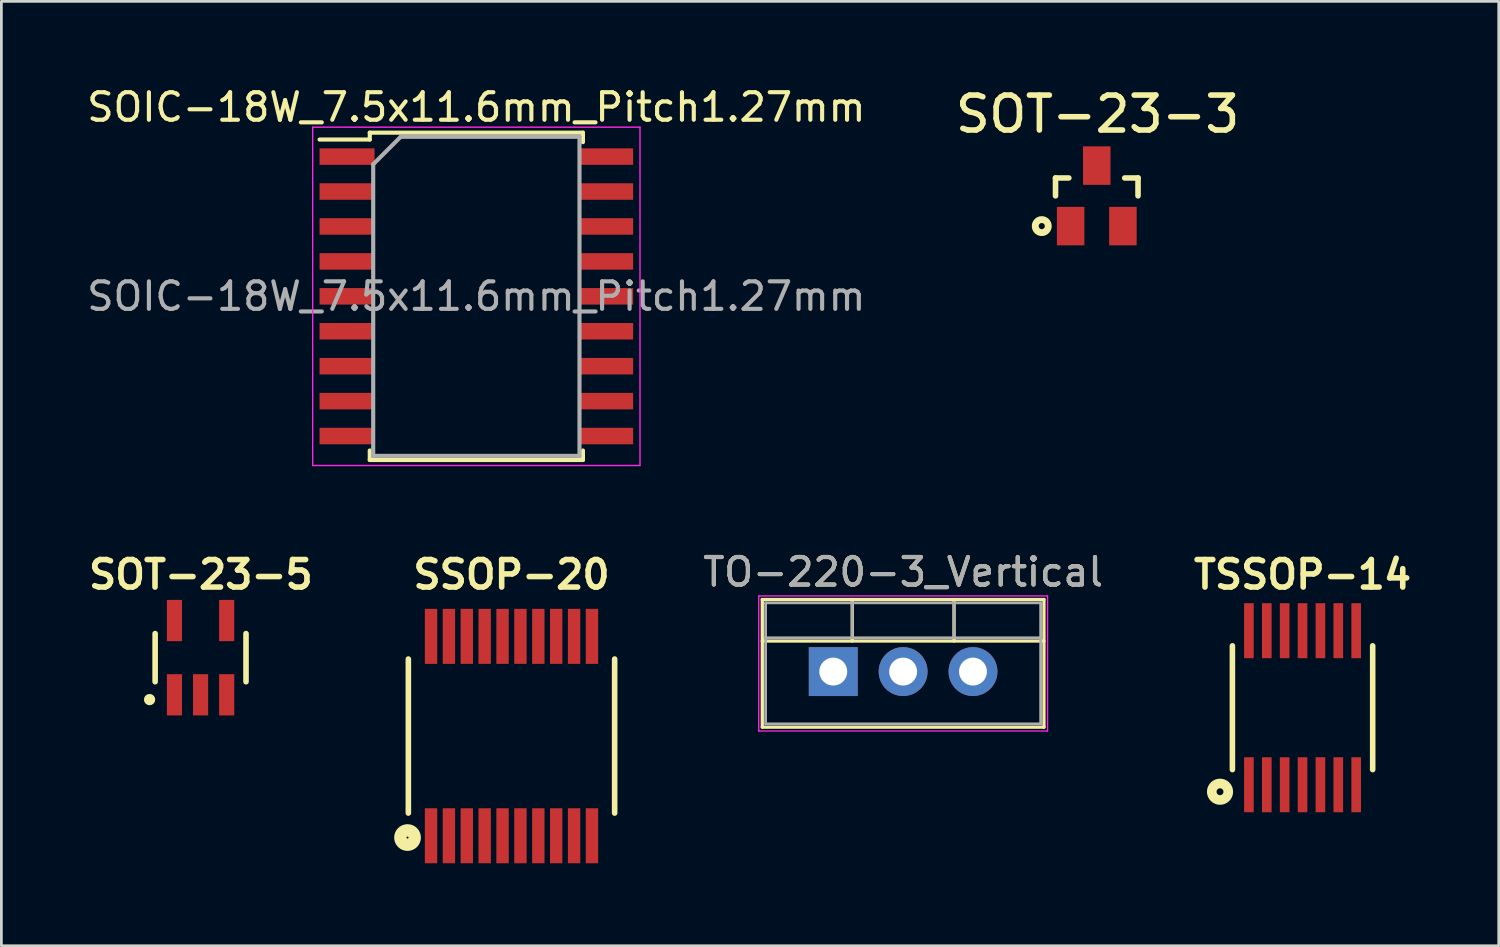
<source format=kicad_pcb>
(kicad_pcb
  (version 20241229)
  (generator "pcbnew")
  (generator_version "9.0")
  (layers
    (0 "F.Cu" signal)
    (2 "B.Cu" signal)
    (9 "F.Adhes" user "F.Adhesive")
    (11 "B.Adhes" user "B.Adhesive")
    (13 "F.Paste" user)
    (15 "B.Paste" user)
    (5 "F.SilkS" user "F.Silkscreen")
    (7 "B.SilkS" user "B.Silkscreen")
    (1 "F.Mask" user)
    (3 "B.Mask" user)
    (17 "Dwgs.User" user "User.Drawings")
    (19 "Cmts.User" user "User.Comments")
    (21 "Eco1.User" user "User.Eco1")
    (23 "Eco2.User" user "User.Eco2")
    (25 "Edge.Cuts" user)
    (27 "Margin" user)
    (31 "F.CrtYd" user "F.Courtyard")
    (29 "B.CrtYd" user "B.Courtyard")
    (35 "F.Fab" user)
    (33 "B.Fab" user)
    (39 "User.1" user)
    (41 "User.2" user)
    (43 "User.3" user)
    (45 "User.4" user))
  (footprint "SSOP-20"
    (layer "F.Cu")
    (at 15.546 23.71)
    (property "Reference" "SSOP-20" (at 0 -5.87 0) (layer "F.SilkS") (effects (font (size 1 1) (thickness 0.203))))
    (attr through_hole)
    (fp_line (start -3.75 -2.8) (end -3.75 2.8) (stroke (width 0.203) (type solid)) (layer "F.SilkS"))
    (fp_line (start 3.75 -2.8) (end 3.75 2.8) (stroke (width 0.203) (type solid)) (layer "F.SilkS"))
    (fp_circle (center -3.78 3.69) (end -3.76 3.66) (stroke (width 0.45) (type solid)) (fill no) (layer "F.SilkS"))
    (pad "1" smd rect (at -2.925 3.625) (size 0.45 2) (layers "F.Cu" "F.Mask" "F.Paste"))
    (pad "2" smd rect (at -2.275 3.625) (size 0.45 2) (layers "F.Cu" "F.Mask" "F.Paste"))
    (pad "3" smd rect (at -1.625 3.625) (size 0.45 2) (layers "F.Cu" "F.Mask" "F.Paste"))
    (pad "4" smd rect (at -0.975 3.625) (size 0.45 2) (layers "F.Cu" "F.Mask" "F.Paste"))
    (pad "5" smd rect (at -0.325 3.625) (size 0.45 2) (layers "F.Cu" "F.Mask" "F.Paste"))
    (pad "6" smd rect (at 0.325 3.625) (size 0.45 2) (layers "F.Cu" "F.Mask" "F.Paste"))
    (pad "7" smd rect (at 0.975 3.625) (size 0.45 2) (layers "F.Cu" "F.Mask" "F.Paste"))
    (pad "8" smd rect (at 1.625 3.625) (size 0.45 2) (layers "F.Cu" "F.Mask" "F.Paste"))
    (pad "9" smd rect (at 2.275 3.625) (size 0.45 2) (layers "F.Cu" "F.Mask" "F.Paste"))
    (pad "10" smd rect (at 2.925 3.625) (size 0.45 2) (layers "F.Cu" "F.Mask" "F.Paste"))
    (pad "11" smd rect (at 2.925 -3.625) (size 0.45 2) (layers "F.Cu" "F.Mask" "F.Paste"))
    (pad "12" smd rect (at 2.275 -3.625) (size 0.45 2) (layers "F.Cu" "F.Mask" "F.Paste"))
    (pad "13" smd rect (at 1.625 -3.625) (size 0.45 2) (layers "F.Cu" "F.Mask" "F.Paste"))
    (pad "14" smd rect (at 0.975 -3.625) (size 0.45 2) (layers "F.Cu" "F.Mask" "F.Paste"))
    (pad "15" smd rect (at 0.325 -3.625) (size 0.45 2) (layers "F.Cu" "F.Mask" "F.Paste"))
    (pad "16" smd rect (at -0.325 -3.625) (size 0.45 2) (layers "F.Cu" "F.Mask" "F.Paste"))
    (pad "17" smd rect (at -0.975 -3.625) (size 0.45 2) (layers "F.Cu" "F.Mask" "F.Paste"))
    (pad "18" smd rect (at -1.625 -3.625) (size 0.45 2) (layers "F.Cu" "F.Mask" "F.Paste"))
    (pad "19" smd rect (at -2.275 -3.625) (size 0.45 2) (layers "F.Cu" "F.Mask" "F.Paste"))
    (pad "20" smd rect (at -2.925 -3.625) (size 0.45 2) (layers "F.Cu" "F.Mask" "F.Paste")))
  (footprint "SOIC-18W_7.5x11.6mm_Pitch1.27mm"
    (layer "F.Cu")
    (at 14.268 7.723)
    (property "Reference" "SOIC-18W_7.5x11.6mm_Pitch1.27mm" (at 0 -6.875 0) (layer "F.SilkS") (effects (font (size 1 1) (thickness 0.15))))
    (attr smd)
    (fp_line (start -3.875 -5.95) (end -3.875 -5.7) (stroke (width 0.15) (type solid)) (layer "F.SilkS"))
    (fp_line (start -3.875 -5.95) (end 3.875 -5.95) (stroke (width 0.15) (type solid)) (layer "F.SilkS"))
    (fp_line (start -3.875 -5.7) (end -5.7 -5.7) (stroke (width 0.15) (type solid)) (layer "F.SilkS"))
    (fp_line (start -3.875 5.95) (end -3.875 5.605) (stroke (width 0.15) (type solid)) (layer "F.SilkS"))
    (fp_line (start -3.875 5.95) (end 3.875 5.95) (stroke (width 0.15) (type solid)) (layer "F.SilkS"))
    (fp_line (start 3.875 -5.95) (end 3.875 -5.605) (stroke (width 0.15) (type solid)) (layer "F.SilkS"))
    (fp_line (start 3.875 5.95) (end 3.875 5.605) (stroke (width 0.15) (type solid)) (layer "F.SilkS"))
    (fp_line (start -5.95 -6.15) (end -5.95 6.15) (stroke (width 0.05) (type solid)) (layer "F.CrtYd"))
    (fp_line (start -5.95 -6.15) (end 5.95 -6.15) (stroke (width 0.05) (type solid)) (layer "F.CrtYd"))
    (fp_line (start -5.95 6.15) (end 5.95 6.15) (stroke (width 0.05) (type solid)) (layer "F.CrtYd"))
    (fp_line (start 5.95 -6.15) (end 5.95 6.15) (stroke (width 0.05) (type solid)) (layer "F.CrtYd"))
    (fp_line (start -3.75 -4.8) (end -2.75 -5.8) (stroke (width 0.15) (type solid)) (layer "F.Fab"))
    (fp_line (start -3.75 5.8) (end -3.75 -4.8) (stroke (width 0.15) (type solid)) (layer "F.Fab"))
    (fp_line (start -2.75 -5.8) (end 3.75 -5.8) (stroke (width 0.15) (type solid)) (layer "F.Fab"))
    (fp_line (start 3.75 -5.8) (end 3.75 5.8) (stroke (width 0.15) (type solid)) (layer "F.Fab"))
    (fp_line (start 3.75 5.8) (end -3.75 5.8) (stroke (width 0.15) (type solid)) (layer "F.Fab"))
    (fp_text user "${REFERENCE}" (at 0 0 0) (layer "F.Fab") (effects (font (size 1 1) (thickness 0.15))))
    (pad "1" smd rect (at -4.7 -5.08) (size 2 0.6) (layers "F.Cu" "F.Mask" "F.Paste"))
    (pad "2" smd rect (at -4.7 -3.81) (size 2 0.6) (layers "F.Cu" "F.Mask" "F.Paste"))
    (pad "3" smd rect (at -4.7 -2.54) (size 2 0.6) (layers "F.Cu" "F.Mask" "F.Paste"))
    (pad "4" smd rect (at -4.7 -1.27) (size 2 0.6) (layers "F.Cu" "F.Mask" "F.Paste"))
    (pad "5" smd rect (at -4.7 0) (size 2 0.6) (layers "F.Cu" "F.Mask" "F.Paste"))
    (pad "6" smd rect (at -4.7 1.27) (size 2 0.6) (layers "F.Cu" "F.Mask" "F.Paste"))
    (pad "7" smd rect (at -4.7 2.54) (size 2 0.6) (layers "F.Cu" "F.Mask" "F.Paste"))
    (pad "8" smd rect (at -4.7 3.81) (size 2 0.6) (layers "F.Cu" "F.Mask" "F.Paste"))
    (pad "9" smd rect (at -4.7 5.08) (size 2 0.6) (layers "F.Cu" "F.Mask" "F.Paste"))
    (pad "10" smd rect (at 4.7 5.08) (size 2 0.6) (layers "F.Cu" "F.Mask" "F.Paste"))
    (pad "11" smd rect (at 4.7 3.81) (size 2 0.6) (layers "F.Cu" "F.Mask" "F.Paste"))
    (pad "12" smd rect (at 4.7 2.54) (size 2 0.6) (layers "F.Cu" "F.Mask" "F.Paste"))
    (pad "13" smd rect (at 4.7 1.27) (size 2 0.6) (layers "F.Cu" "F.Mask" "F.Paste"))
    (pad "14" smd rect (at 4.7 0) (size 2 0.6) (layers "F.Cu" "F.Mask" "F.Paste"))
    (pad "15" smd rect (at 4.7 -1.27) (size 2 0.6) (layers "F.Cu" "F.Mask" "F.Paste"))
    (pad "16" smd rect (at 4.7 -2.54) (size 2 0.6) (layers "F.Cu" "F.Mask" "F.Paste"))
    (pad "17" smd rect (at 4.7 -3.81) (size 2 0.6) (layers "F.Cu" "F.Mask" "F.Paste"))
    (pad "18" smd rect (at 4.7 -5.08) (size 2 0.6) (layers "F.Cu" "F.Mask" "F.Paste")))
  (footprint "SOT-23-5"
    (layer "F.Cu")
    (at 4.242 20.86)
    (property "Reference" "SOT-23-5" (at 0.01 -3.02 0) (layer "F.SilkS") (effects (font (size 1 1) (thickness 0.203))))
    (attr through_hole)
    (fp_line (start -1.652 -0.875) (end -1.652 0.875) (stroke (width 0.203) (type solid)) (layer "F.SilkS"))
    (fp_line (start 1.652 -0.875) (end 1.652 0.875) (stroke (width 0.203) (type solid)) (layer "F.SilkS"))
    (fp_circle (center -1.854 1.524) (end -1.753 1.499) (stroke (width 0.203) (type solid)) (fill no) (layer "F.SilkS"))
    (pad "1" smd rect (at -0.95 1.35) (size 0.55 1.5) (layers "F.Cu" "F.Mask" "F.Paste"))
    (pad "2" smd rect (at 0 1.35) (size 0.55 1.5) (layers "F.Cu" "F.Mask" "F.Paste"))
    (pad "3" smd rect (at 0.95 1.35) (size 0.55 1.5) (layers "F.Cu" "F.Mask" "F.Paste"))
    (pad "4" smd rect (at 0.95 -1.35) (size 0.55 1.5) (layers "F.Cu" "F.Mask" "F.Paste"))
    (pad "5" smd rect (at -0.95 -1.35) (size 0.55 1.5) (layers "F.Cu" "F.Mask" "F.Paste")))
  (footprint "TO-220-3_Vertical"
    (layer "F.Cu")
    (at 27.244 21.366)
    (property "Reference" "TO-220-3_Vertical" (at 2.54 -3.62 0) (layer "F.SilkS") (effects (font (size 1 1) (thickness 0.15))))
    (attr through_hole)
    (fp_line (start -2.58 -2.62) (end -2.58 2.021) (stroke (width 0.12) (type solid)) (layer "F.SilkS"))
    (fp_line (start -2.58 -2.62) (end 7.66 -2.62) (stroke (width 0.12) (type solid)) (layer "F.SilkS"))
    (fp_line (start -2.58 -1.11) (end 7.66 -1.11) (stroke (width 0.12) (type solid)) (layer "F.SilkS"))
    (fp_line (start -2.58 2.021) (end 7.66 2.021) (stroke (width 0.12) (type solid)) (layer "F.SilkS"))
    (fp_line (start 0.69 -2.62) (end 0.69 -1.11) (stroke (width 0.12) (type solid)) (layer "F.SilkS"))
    (fp_line (start 4.391 -2.62) (end 4.391 -1.11) (stroke (width 0.12) (type solid)) (layer "F.SilkS"))
    (fp_line (start 7.66 -2.62) (end 7.66 2.021) (stroke (width 0.12) (type solid)) (layer "F.SilkS"))
    (fp_line (start -2.71 -2.75) (end -2.71 2.16) (stroke (width 0.05) (type solid)) (layer "F.CrtYd"))
    (fp_line (start -2.71 2.16) (end 7.79 2.16) (stroke (width 0.05) (type solid)) (layer "F.CrtYd"))
    (fp_line (start 7.79 -2.75) (end -2.71 -2.75) (stroke (width 0.05) (type solid)) (layer "F.CrtYd"))
    (fp_line (start 7.79 2.16) (end 7.79 -2.75) (stroke (width 0.05) (type solid)) (layer "F.CrtYd"))
    (fp_line (start -2.46 -2.5) (end -2.46 1.9) (stroke (width 0.1) (type solid)) (layer "F.Fab"))
    (fp_line (start -2.46 -1.23) (end 7.54 -1.23) (stroke (width 0.1) (type solid)) (layer "F.Fab"))
    (fp_line (start -2.46 1.9) (end 7.54 1.9) (stroke (width 0.1) (type solid)) (layer "F.Fab"))
    (fp_line (start 0.69 -2.5) (end 0.69 -1.23) (stroke (width 0.1) (type solid)) (layer "F.Fab"))
    (fp_line (start 4.39 -2.5) (end 4.39 -1.23) (stroke (width 0.1) (type solid)) (layer "F.Fab"))
    (fp_line (start 7.54 -2.5) (end -2.46 -2.5) (stroke (width 0.1) (type solid)) (layer "F.Fab"))
    (fp_line (start 7.54 1.9) (end 7.54 -2.5) (stroke (width 0.1) (type solid)) (layer "F.Fab"))
    (fp_text user "${REFERENCE}" (at 2.54 -3.62 0) (layer "F.Fab") (effects (font (size 1 1) (thickness 0.15))))
    (pad "1" thru_hole rect (at 0 0) (size 1.778 1.778) (drill 1.016) (layers "*.Cu" "*.Mask"))
    (pad "2" thru_hole oval (at 2.54 0) (size 1.778 1.778) (drill 1.016) (layers "*.Cu" "*.Mask"))
    (pad "3" thru_hole oval (at 5.08 0) (size 1.778 1.778) (drill 1.016) (layers "*.Cu" "*.Mask")))
  (footprint "TSSOP-14"
    (layer "F.Cu")
    (at 44.305 22.68)
    (property "Reference" "TSSOP-14" (at 0 -4.84 0) (layer "F.SilkS") (effects (font (size 1 1) (thickness 0.203))))
    (attr through_hole)
    (fp_line (start -2.55 2.25) (end -2.55 -2.25) (stroke (width 0.203) (type solid)) (layer "F.SilkS"))
    (fp_line (start 2.55 2.25) (end 2.55 -2.25) (stroke (width 0.203) (type solid)) (layer "F.SilkS"))
    (fp_circle (center -3 3.054) (end -2.94 3.164) (stroke (width 0.35) (type solid)) (fill no) (layer "F.SilkS"))
    (pad "1" smd rect (at -1.95 2.8) (size 0.35 2) (layers "F.Cu" "F.Mask" "F.Paste"))
    (pad "2" smd rect (at -1.3 2.8) (size 0.35 2) (layers "F.Cu" "F.Mask" "F.Paste"))
    (pad "3" smd rect (at -0.65 2.8) (size 0.35 2) (layers "F.Cu" "F.Mask" "F.Paste"))
    (pad "4" smd rect (at 0 2.8) (size 0.35 2) (layers "F.Cu" "F.Mask" "F.Paste"))
    (pad "5" smd rect (at 0.65 2.8) (size 0.35 2) (layers "F.Cu" "F.Mask" "F.Paste"))
    (pad "6" smd rect (at 1.3 2.8) (size 0.35 2) (layers "F.Cu" "F.Mask" "F.Paste"))
    (pad "7" smd rect (at 1.95 2.8) (size 0.35 2) (layers "F.Cu" "F.Mask" "F.Paste"))
    (pad "8" smd rect (at 1.95 -2.8) (size 0.35 2) (layers "F.Cu" "F.Mask" "F.Paste"))
    (pad "9" smd rect (at 1.3 -2.8) (size 0.35 2) (layers "F.Cu" "F.Mask" "F.Paste"))
    (pad "10" smd rect (at 0.65 -2.8) (size 0.35 2) (layers "F.Cu" "F.Mask" "F.Paste"))
    (pad "11" smd rect (at 0 -2.8) (size 0.35 2) (layers "F.Cu" "F.Mask" "F.Paste"))
    (pad "12" smd rect (at -0.65 -2.8) (size 0.35 2) (layers "F.Cu" "F.Mask" "F.Paste"))
    (pad "13" smd rect (at -1.3 -2.8) (size 0.35 2) (layers "F.Cu" "F.Mask" "F.Paste"))
    (pad "14" smd rect (at -1.95 -2.8) (size 0.35 2) (layers "F.Cu" "F.Mask" "F.Paste")))
  (footprint "SOT-23-3"
    (layer "F.Cu")
    (at 36.824 4.07)
    (property "Reference" "SOT-23-3" (at 0.03 -2.97 0) (layer "F.SilkS") (effects (font (size 1.27 1.27) (thickness 0.203))))
    (attr through_hole)
    (fp_line (start -1.5 -0.65) (end -1.5 0) (stroke (width 0.203) (type solid)) (layer "F.SilkS"))
    (fp_line (start -1.016 -0.65) (end -1.5 -0.65) (stroke (width 0.203) (type solid)) (layer "F.SilkS"))
    (fp_line (start 1.016 -0.65) (end 1.5 -0.65) (stroke (width 0.203) (type solid)) (layer "F.SilkS"))
    (fp_line (start 1.5 -0.65) (end 1.5 0) (stroke (width 0.203) (type solid)) (layer "F.SilkS"))
    (fp_circle (center -2 1.1) (end -1.9 1.15) (stroke (width 0.25) (type solid)) (fill no) (layer "F.SilkS"))
    (pad "1" smd rect (at -0.95 1.1) (size 1 1.4) (layers "F.Cu" "F.Mask" "F.Paste"))
    (pad "2" smd rect (at 0.95 1.1) (size 1 1.4) (layers "F.Cu" "F.Mask" "F.Paste"))
    (pad "3" smd rect (at 0 -1.1) (size 1 1.4) (layers "F.Cu" "F.Mask" "F.Paste")))
  (gr_rect
    (start -3 -3)
    (end 51.438 31.335)
    (stroke (width 0.1) (type default))
    (fill no)
    (layer "Edge.Cuts")))
</source>
